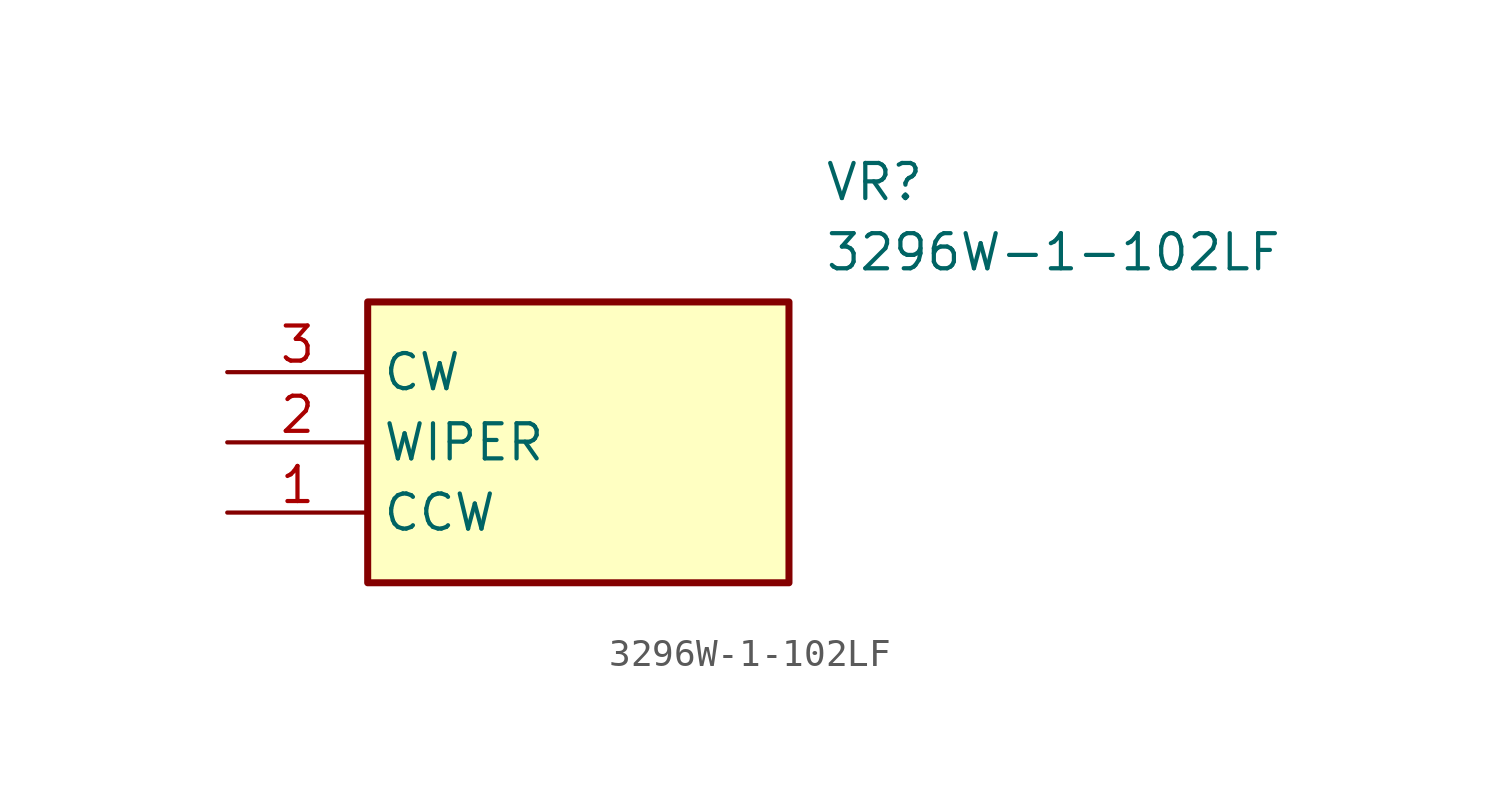
<source format=kicad_sym>
(kicad_symbol_lib
  (version 20211014)
  (generator SamacSys_ECAD_Model)
  (symbol "3296W-1-102LF"
    (property "Reference" "VR"
      (at 21.59 7.62 0)
      (effects (font (size 1.27 1.27)) (justify left top)))
    (property "Value" "3296W-1-102LF"
      (at 21.59 5.08 0)
      (effects (font (size 1.27 1.27)) (justify left top)))
    (rectangle
      (start 5.08 2.54)
      (end 20.32 -7.62)
      (stroke (width 0.254) (type default))
      (fill (type background)))
    (pin passive line
      (at 0 -5.08 0)
      (length 5.08)
      (name "CCW" (effects (font (size 1.27 1.27))))
      (number "1" (effects (font (size 1.27 1.27)))))
    (pin passive line
      (at 0 -2.54 0)
      (length 5.08)
      (name "WIPER" (effects (font (size 1.27 1.27))))
      (number "2" (effects (font (size 1.27 1.27)))))
    (pin passive line
      (at 0 0 0)
      (length 5.08)
      (name "CW" (effects (font (size 1.27 1.27))))
      (number "3" (effects (font (size 1.27 1.27)))))))
</source>
